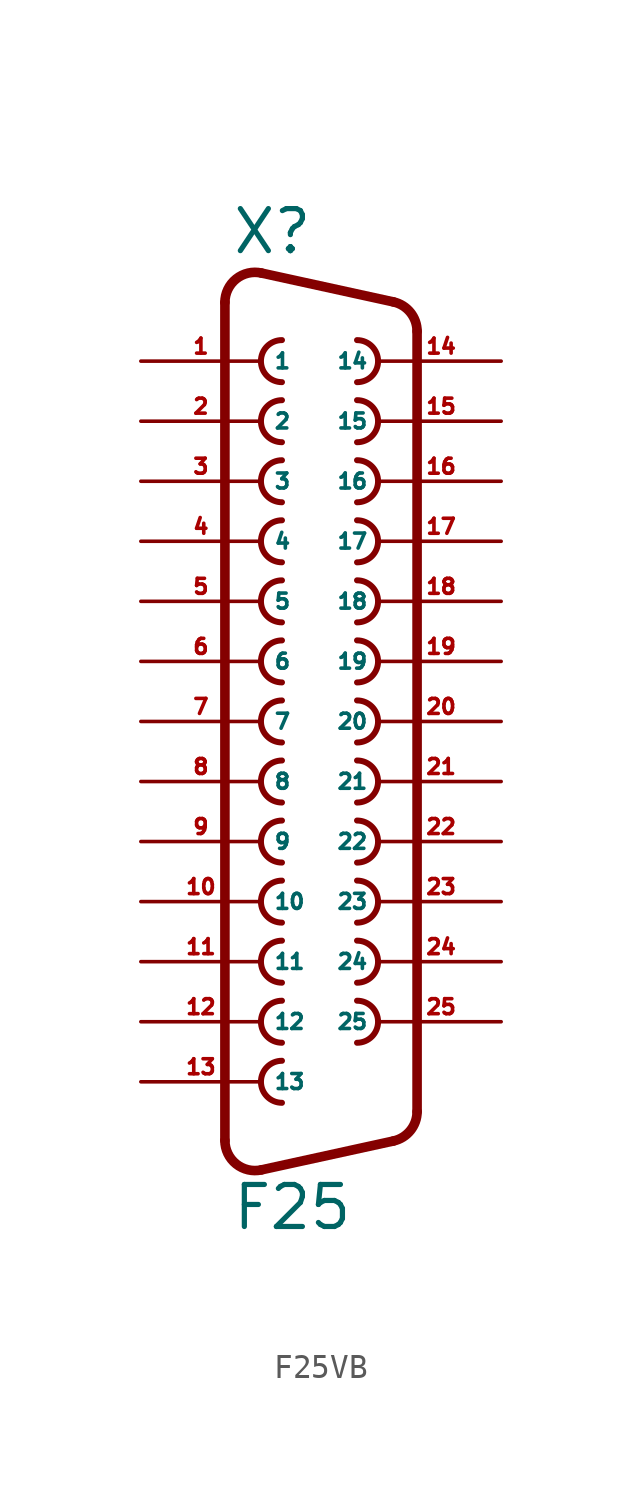
<source format=kicad_sym>
(kicad_symbol_lib
  (version 20220914)
  (generator Eagle2Kicad)
  (symbol "F25VB"
    (property "Reference" "X"
      (at -3.81 19.685 0)
      (effects (font (size 1.778 1.778) (thickness 0.22)) (justify left bottom)))
    (property "Value" "F25"
      (at -3.81 -21.59 0)
      (effects (font (size 1.778 1.778) (thickness 0.22)) (justify left bottom)))
    (arc
      (start -1.651 16.129)
      (mid -2.540 15.240)
      (end -1.651 14.351)
      (stroke (width 0.254) (type default))
      (fill (type none)))
    (arc
      (start 1.524 14.351)
      (mid 2.413 15.240)
      (end 1.524 16.129)
      (stroke (width 0.254) (type default))
      (fill (type none)))
    (arc
      (start -1.651 13.589)
      (mid -2.540 12.700)
      (end -1.651 11.811)
      (stroke (width 0.254) (type default))
      (fill (type none)))
    (arc
      (start 1.524 11.811)
      (mid 2.413 12.700)
      (end 1.524 13.589)
      (stroke (width 0.254) (type default))
      (fill (type none)))
    (arc
      (start -1.651 11.049)
      (mid -2.540 10.160)
      (end -1.651 9.271)
      (stroke (width 0.254) (type default))
      (fill (type none)))
    (arc
      (start 1.524 9.271)
      (mid 2.413 10.160)
      (end 1.524 11.049)
      (stroke (width 0.254) (type default))
      (fill (type none)))
    (arc
      (start -1.651 8.509)
      (mid -2.540 7.620)
      (end -1.651 6.731)
      (stroke (width 0.254) (type default))
      (fill (type none)))
    (arc
      (start 1.524 6.731)
      (mid 2.413 7.620)
      (end 1.524 8.509)
      (stroke (width 0.254) (type default))
      (fill (type none)))
    (arc
      (start -1.651 5.969)
      (mid -2.540 5.080)
      (end -1.651 4.191)
      (stroke (width 0.254) (type default))
      (fill (type none)))
    (arc
      (start 1.524 4.191)
      (mid 2.413 5.080)
      (end 1.524 5.969)
      (stroke (width 0.254) (type default))
      (fill (type none)))
    (arc
      (start -1.651 3.429)
      (mid -2.540 2.540)
      (end -1.651 1.651)
      (stroke (width 0.254) (type default))
      (fill (type none)))
    (arc
      (start 1.524 1.651)
      (mid 2.413 2.540)
      (end 1.524 3.429)
      (stroke (width 0.254) (type default))
      (fill (type none)))
    (arc
      (start -1.651 0.889)
      (mid -2.540 0.000)
      (end -1.651 -0.889)
      (stroke (width 0.254) (type default))
      (fill (type none)))
    (arc
      (start 1.524 -0.889)
      (mid 2.413 0.000)
      (end 1.524 0.889)
      (stroke (width 0.254) (type default))
      (fill (type none)))
    (arc
      (start -1.651 -1.651)
      (mid -2.540 -2.540)
      (end -1.651 -3.429)
      (stroke (width 0.254) (type default))
      (fill (type none)))
    (arc
      (start 1.524 -3.429)
      (mid 2.413 -2.540)
      (end 1.524 -1.651)
      (stroke (width 0.254) (type default))
      (fill (type none)))
    (arc
      (start -1.651 -4.191)
      (mid -2.540 -5.080)
      (end -1.651 -5.969)
      (stroke (width 0.254) (type default))
      (fill (type none)))
    (arc
      (start 1.524 -5.969)
      (mid 2.413 -5.080)
      (end 1.524 -4.191)
      (stroke (width 0.254) (type default))
      (fill (type none)))
    (arc
      (start -1.651 -6.731)
      (mid -2.540 -7.620)
      (end -1.651 -8.509)
      (stroke (width 0.254) (type default))
      (fill (type none)))
    (arc
      (start 1.524 -8.509)
      (mid 2.413 -7.620)
      (end 1.524 -6.731)
      (stroke (width 0.254) (type default))
      (fill (type none)))
    (arc
      (start -1.651 -9.271)
      (mid -2.540 -10.160)
      (end -1.651 -11.049)
      (stroke (width 0.254) (type default))
      (fill (type none)))
    (arc
      (start 1.524 -11.049)
      (mid 2.413 -10.160)
      (end 1.524 -9.271)
      (stroke (width 0.254) (type default))
      (fill (type none)))
    (arc
      (start -1.651 -11.811)
      (mid -2.540 -12.700)
      (end -1.651 -13.589)
      (stroke (width 0.254) (type default))
      (fill (type none)))
    (arc
      (start 1.524 -13.589)
      (mid 2.413 -12.700)
      (end 1.524 -11.811)
      (stroke (width 0.254) (type default))
      (fill (type none)))
    (arc
      (start -1.651 -14.351)
      (mid -2.540 -15.240)
      (end -1.651 -16.129)
      (stroke (width 0.254) (type default))
      (fill (type none)))
    (arc
      (start -2.5226 18.967)
      (mid -3.590 18.716)
      (end -4.064 17.7262)
      (stroke (width 0.4064) (type default))
      (fill (type none)))
    (polyline
      (pts (xy -2.523 18.967) (xy 3.065 17.744))
      (stroke (width 0.406) (type default))
      (fill (type none)))
    (arc
      (start 4.0642 16.5038)
      (mid 3.783 17.300)
      (end 3.0654 17.7445)
      (stroke (width 0.4064) (type default))
      (fill (type none)))
    (polyline
      (pts (xy 4.064 -16.504) (xy 4.064 16.504))
      (stroke (width 0.406) (type default))
      (fill (type none)))
    (arc
      (start 3.0654 -17.7444)
      (mid 3.783 -17.300)
      (end 4.064 -16.5038)
      (stroke (width 0.4064) (type default))
      (fill (type none)))
    (polyline
      (pts (xy -4.064 -17.726) (xy -4.064 17.726))
      (stroke (width 0.406) (type default))
      (fill (type none)))
    (polyline
      (pts (xy -2.523 -18.967) (xy 3.065 -17.744))
      (stroke (width 0.406) (type default))
      (fill (type none)))
    (arc
      (start -4.064 -17.7262)
      (mid -3.590 -18.716)
      (end -2.5226 -18.9669)
      (stroke (width 0.4064) (type default))
      (fill (type none)))
    (pin passive line
      (at -7.62 15.24 0)
      (length 5.08)
      (name "1" (effects (font (size 0.635 0.635) (thickness 0.08)) (justify left bottom)))
      (number "1" (effects (font (size 0.635 0.635) (thickness 0.08)) (justify left bottom))))
    (pin passive line
      (at 7.62 15.24 180)
      (length 5.08)
      (name "14" (effects (font (size 0.635 0.635) (thickness 0.08)) (justify left bottom)))
      (number "14" (effects (font (size 0.635 0.635) (thickness 0.08)) (justify left bottom))))
    (pin passive line
      (at -7.62 12.7 0)
      (length 5.08)
      (name "2" (effects (font (size 0.635 0.635) (thickness 0.08)) (justify left bottom)))
      (number "2" (effects (font (size 0.635 0.635) (thickness 0.08)) (justify left bottom))))
    (pin passive line
      (at 7.62 12.7 180)
      (length 5.08)
      (name "15" (effects (font (size 0.635 0.635) (thickness 0.08)) (justify left bottom)))
      (number "15" (effects (font (size 0.635 0.635) (thickness 0.08)) (justify left bottom))))
    (pin passive line
      (at -7.62 10.16 0)
      (length 5.08)
      (name "3" (effects (font (size 0.635 0.635) (thickness 0.08)) (justify left bottom)))
      (number "3" (effects (font (size 0.635 0.635) (thickness 0.08)) (justify left bottom))))
    (pin passive line
      (at 7.62 10.16 180)
      (length 5.08)
      (name "16" (effects (font (size 0.635 0.635) (thickness 0.08)) (justify left bottom)))
      (number "16" (effects (font (size 0.635 0.635) (thickness 0.08)) (justify left bottom))))
    (pin passive line
      (at -7.62 7.62 0)
      (length 5.08)
      (name "4" (effects (font (size 0.635 0.635) (thickness 0.08)) (justify left bottom)))
      (number "4" (effects (font (size 0.635 0.635) (thickness 0.08)) (justify left bottom))))
    (pin passive line
      (at 7.62 7.62 180)
      (length 5.08)
      (name "17" (effects (font (size 0.635 0.635) (thickness 0.08)) (justify left bottom)))
      (number "17" (effects (font (size 0.635 0.635) (thickness 0.08)) (justify left bottom))))
    (pin passive line
      (at -7.62 5.08 0)
      (length 5.08)
      (name "5" (effects (font (size 0.635 0.635) (thickness 0.08)) (justify left bottom)))
      (number "5" (effects (font (size 0.635 0.635) (thickness 0.08)) (justify left bottom))))
    (pin passive line
      (at 7.62 5.08 180)
      (length 5.08)
      (name "18" (effects (font (size 0.635 0.635) (thickness 0.08)) (justify left bottom)))
      (number "18" (effects (font (size 0.635 0.635) (thickness 0.08)) (justify left bottom))))
    (pin passive line
      (at -7.62 2.54 0)
      (length 5.08)
      (name "6" (effects (font (size 0.635 0.635) (thickness 0.08)) (justify left bottom)))
      (number "6" (effects (font (size 0.635 0.635) (thickness 0.08)) (justify left bottom))))
    (pin passive line
      (at 7.62 2.54 180)
      (length 5.08)
      (name "19" (effects (font (size 0.635 0.635) (thickness 0.08)) (justify left bottom)))
      (number "19" (effects (font (size 0.635 0.635) (thickness 0.08)) (justify left bottom))))
    (pin passive line
      (at -7.62 0 0)
      (length 5.08)
      (name "7" (effects (font (size 0.635 0.635) (thickness 0.08)) (justify left bottom)))
      (number "7" (effects (font (size 0.635 0.635) (thickness 0.08)) (justify left bottom))))
    (pin passive line
      (at 7.62 0 180)
      (length 5.08)
      (name "20" (effects (font (size 0.635 0.635) (thickness 0.08)) (justify left bottom)))
      (number "20" (effects (font (size 0.635 0.635) (thickness 0.08)) (justify left bottom))))
    (pin passive line
      (at -7.62 -2.54 0)
      (length 5.08)
      (name "8" (effects (font (size 0.635 0.635) (thickness 0.08)) (justify left bottom)))
      (number "8" (effects (font (size 0.635 0.635) (thickness 0.08)) (justify left bottom))))
    (pin passive line
      (at 7.62 -2.54 180)
      (length 5.08)
      (name "21" (effects (font (size 0.635 0.635) (thickness 0.08)) (justify left bottom)))
      (number "21" (effects (font (size 0.635 0.635) (thickness 0.08)) (justify left bottom))))
    (pin passive line
      (at -7.62 -5.08 0)
      (length 5.08)
      (name "9" (effects (font (size 0.635 0.635) (thickness 0.08)) (justify left bottom)))
      (number "9" (effects (font (size 0.635 0.635) (thickness 0.08)) (justify left bottom))))
    (pin passive line
      (at 7.62 -5.08 180)
      (length 5.08)
      (name "22" (effects (font (size 0.635 0.635) (thickness 0.08)) (justify left bottom)))
      (number "22" (effects (font (size 0.635 0.635) (thickness 0.08)) (justify left bottom))))
    (pin passive line
      (at -7.62 -7.62 0)
      (length 5.08)
      (name "10" (effects (font (size 0.635 0.635) (thickness 0.08)) (justify left bottom)))
      (number "10" (effects (font (size 0.635 0.635) (thickness 0.08)) (justify left bottom))))
    (pin passive line
      (at 7.62 -7.62 180)
      (length 5.08)
      (name "23" (effects (font (size 0.635 0.635) (thickness 0.08)) (justify left bottom)))
      (number "23" (effects (font (size 0.635 0.635) (thickness 0.08)) (justify left bottom))))
    (pin passive line
      (at -7.62 -10.16 0)
      (length 5.08)
      (name "11" (effects (font (size 0.635 0.635) (thickness 0.08)) (justify left bottom)))
      (number "11" (effects (font (size 0.635 0.635) (thickness 0.08)) (justify left bottom))))
    (pin passive line
      (at 7.62 -10.16 180)
      (length 5.08)
      (name "24" (effects (font (size 0.635 0.635) (thickness 0.08)) (justify left bottom)))
      (number "24" (effects (font (size 0.635 0.635) (thickness 0.08)) (justify left bottom))))
    (pin passive line
      (at -7.62 -12.7 0)
      (length 5.08)
      (name "12" (effects (font (size 0.635 0.635) (thickness 0.08)) (justify left bottom)))
      (number "12" (effects (font (size 0.635 0.635) (thickness 0.08)) (justify left bottom))))
    (pin passive line
      (at 7.62 -12.7 180)
      (length 5.08)
      (name "25" (effects (font (size 0.635 0.635) (thickness 0.08)) (justify left bottom)))
      (number "25" (effects (font (size 0.635 0.635) (thickness 0.08)) (justify left bottom))))
    (pin passive line
      (at -7.62 -15.24 0)
      (length 5.08)
      (name "13" (effects (font (size 0.635 0.635) (thickness 0.08)) (justify left bottom)))
      (number "13" (effects (font (size 0.635 0.635) (thickness 0.08)) (justify left bottom))))))
</source>
